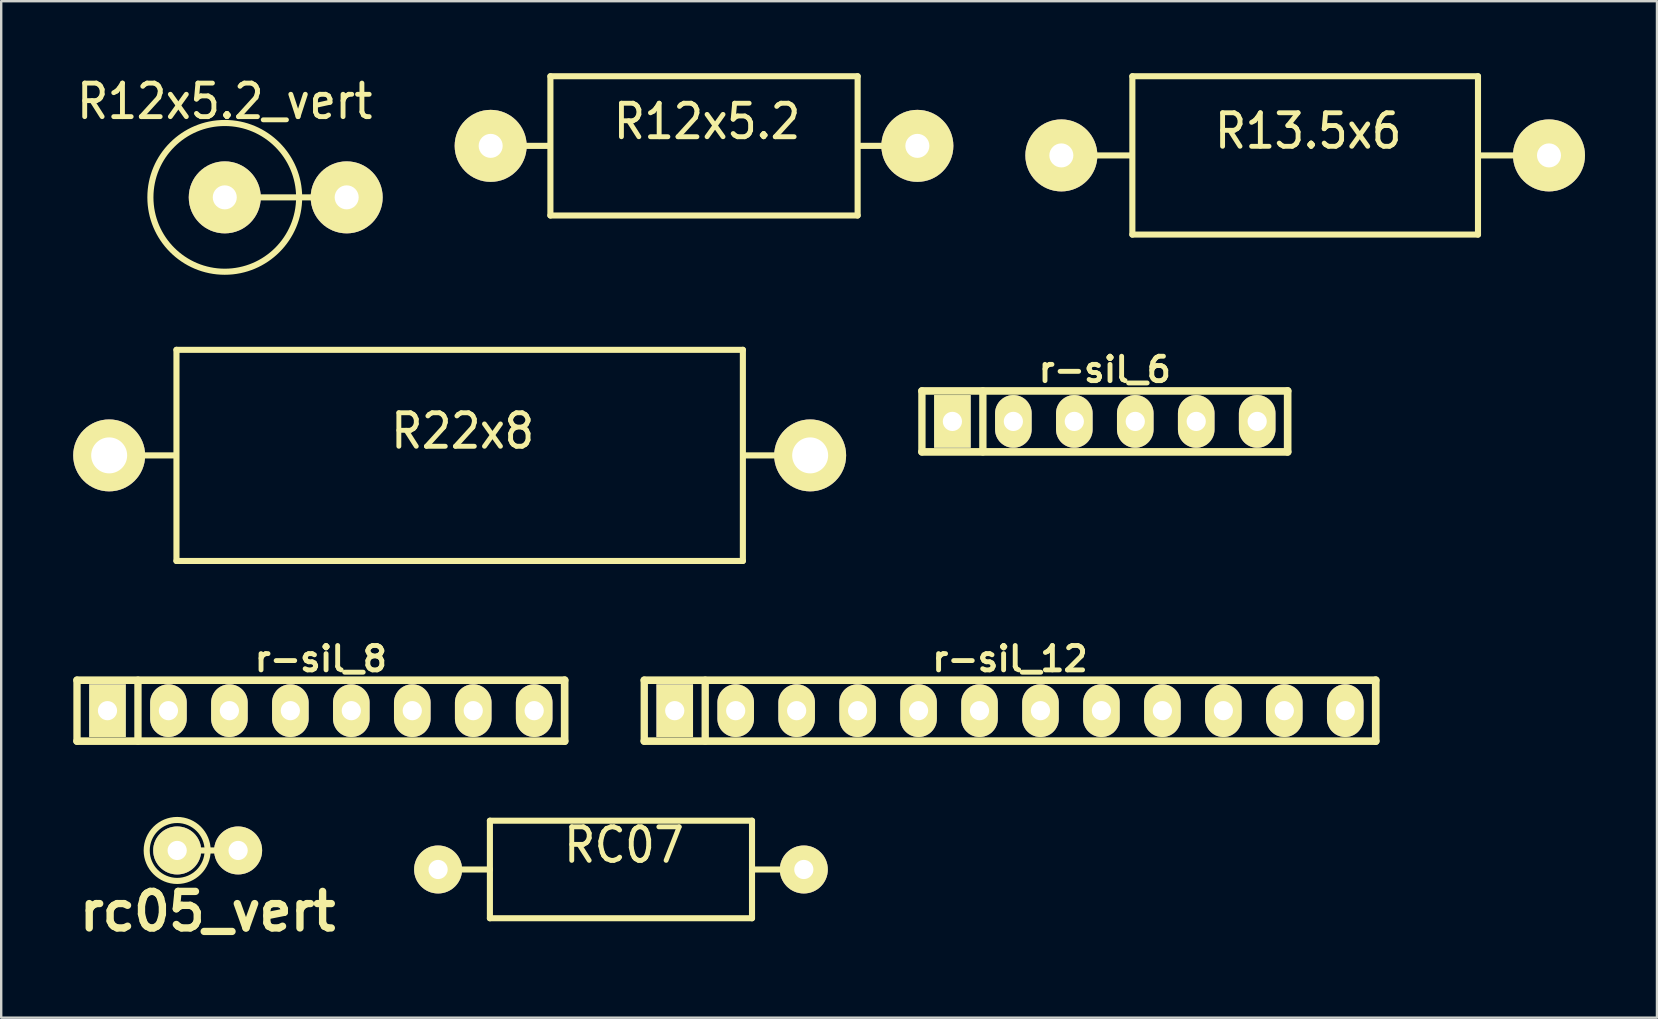
<source format=kicad_pcb>
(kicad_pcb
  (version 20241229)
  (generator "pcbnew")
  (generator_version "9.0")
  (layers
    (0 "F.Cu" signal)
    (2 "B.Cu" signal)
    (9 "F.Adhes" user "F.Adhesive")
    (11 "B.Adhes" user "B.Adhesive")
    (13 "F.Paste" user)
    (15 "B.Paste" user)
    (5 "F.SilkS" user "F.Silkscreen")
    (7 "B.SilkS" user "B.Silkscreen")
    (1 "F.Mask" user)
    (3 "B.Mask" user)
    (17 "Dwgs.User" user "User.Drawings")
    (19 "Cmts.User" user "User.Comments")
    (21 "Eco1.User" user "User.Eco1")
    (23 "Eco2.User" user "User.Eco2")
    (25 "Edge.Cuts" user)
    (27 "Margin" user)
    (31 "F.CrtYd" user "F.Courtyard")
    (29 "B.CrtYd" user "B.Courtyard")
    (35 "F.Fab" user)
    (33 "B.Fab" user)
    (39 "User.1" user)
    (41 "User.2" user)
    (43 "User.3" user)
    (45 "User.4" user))
  (footprint "R12x5.2_vert"
    (layer "F.Cu")
    (at 6.316 5.174)
    (property "Reference" "R12x5.2_vert" (at 0 -4 0) (layer "F.SilkS") (effects (font (size 1.397 1.27) (thickness 0.203))))
    (attr through_hole)
    (fp_line (start 0 0) (end 5.1 0) (stroke (width 0.254) (type solid)) (layer "F.SilkS"))
    (fp_circle (center 0 0) (end -3.099 0) (stroke (width 0.254) (type solid)) (fill no) (layer "F.SilkS"))
    (pad "1" thru_hole circle (at 0 0) (size 3 3) (drill 1.001) (layers "*.Cu" "*.Mask" "F.SilkS"))
    (pad "2" thru_hole circle (at 5.08 0) (size 3 3) (drill 1.001) (layers "*.Cu" "*.Mask" "F.SilkS")))
  (footprint "R12x5.2"
    (layer "F.Cu")
    (at 26.286 3.028)
    (property "Reference" "R12x5.2" (at 0.127 -1.016 0) (layer "F.SilkS") (effects (font (size 1.397 1.27) (thickness 0.203))))
    (attr through_hole)
    (fp_line (start -6.452 0) (end -9.202 0) (stroke (width 0.254) (type solid)) (layer "F.SilkS"))
    (fp_line (start -6.401 -2.901) (end -6.401 2.901) (stroke (width 0.254) (type solid)) (layer "F.SilkS"))
    (fp_line (start -6.401 2.901) (end 6.401 2.901) (stroke (width 0.254) (type solid)) (layer "F.SilkS"))
    (fp_line (start 6.401 -2.901) (end -6.401 -2.901) (stroke (width 0.254) (type solid)) (layer "F.SilkS"))
    (fp_line (start 6.401 2.901) (end 6.401 -2.901) (stroke (width 0.254) (type solid)) (layer "F.SilkS"))
    (fp_line (start 6.452 0) (end 9.202 0) (stroke (width 0.254) (type solid)) (layer "F.SilkS"))
    (pad "1" thru_hole circle (at -8.89 0) (size 3 3) (drill 1.001) (layers "*.Cu" "*.Mask" "F.SilkS"))
    (pad "2" thru_hole circle (at 8.89 0) (size 3 3) (drill 1.001) (layers "*.Cu" "*.Mask" "F.SilkS")))
  (footprint "R13.5x6"
    (layer "F.Cu")
    (at 51.336 3.426)
    (property "Reference" "R13.5x6" (at 0.127 -1.016 0) (layer "F.SilkS") (effects (font (size 1.397 1.27) (thickness 0.203))))
    (attr through_hole)
    (fp_line (start -7.252 0) (end -10.003 0) (stroke (width 0.254) (type solid)) (layer "F.SilkS"))
    (fp_line (start -7.201 -3.299) (end 7.201 -3.299) (stroke (width 0.254) (type solid)) (layer "F.SilkS"))
    (fp_line (start -7.201 3.299) (end -7.201 -3.299) (stroke (width 0.254) (type solid)) (layer "F.SilkS"))
    (fp_line (start 7.201 -3.299) (end 7.201 3.299) (stroke (width 0.254) (type solid)) (layer "F.SilkS"))
    (fp_line (start 7.201 3.299) (end -7.201 3.299) (stroke (width 0.254) (type solid)) (layer "F.SilkS"))
    (fp_line (start 7.252 0) (end 10.003 0) (stroke (width 0.254) (type solid)) (layer "F.SilkS"))
    (pad "1" thru_hole circle (at -10.16 0) (size 3 3) (drill 1.001) (layers "*.Cu" "*.Mask" "F.SilkS"))
    (pad "2" thru_hole circle (at 10.16 0) (size 3 3) (drill 1.001) (layers "*.Cu" "*.Mask" "F.SilkS")))
  (footprint "RC07"
    (layer "F.Cu")
    (at 22.825 33.181)
    (property "Reference" "RC07" (at 0.127 -1.016 0) (layer "F.SilkS") (effects (font (size 1.397 1.27) (thickness 0.203))))
    (attr through_hole)
    (fp_line (start -7.62 0) (end -5.461 0) (stroke (width 0.254) (type solid)) (layer "F.SilkS"))
    (fp_line (start -5.461 -2.032) (end 5.461 -2.032) (stroke (width 0.254) (type solid)) (layer "F.SilkS"))
    (fp_line (start -5.461 0) (end -5.461 -2.032) (stroke (width 0.254) (type solid)) (layer "F.SilkS"))
    (fp_line (start -5.461 2.032) (end -5.461 0) (stroke (width 0.254) (type solid)) (layer "F.SilkS"))
    (fp_line (start 5.461 -2.032) (end 5.461 2.032) (stroke (width 0.254) (type solid)) (layer "F.SilkS"))
    (fp_line (start 5.461 0) (end 7.62 0) (stroke (width 0.254) (type solid)) (layer "F.SilkS"))
    (fp_line (start 5.461 2.032) (end -5.461 2.032) (stroke (width 0.254) (type solid)) (layer "F.SilkS"))
    (pad "1" thru_hole circle (at -7.62 0) (size 1.999 1.999) (drill 0.8) (layers "*.Cu" "*.Mask" "F.SilkS"))
    (pad "2" thru_hole circle (at 7.62 0) (size 1.999 1.999) (drill 0.8) (layers "*.Cu" "*.Mask" "F.SilkS")))
  (footprint "rc05_vert"
    (layer "F.Cu")
    (at 5.603 32.388)
    (property "Reference" "rc05_vert" (at 0 2.54 0) (layer "F.SilkS") (effects (font (size 1.524 1.524) (thickness 0.305))))
    (attr through_hole)
    (fp_line (start -1.27 0) (end 1.27 0) (stroke (width 0.254) (type solid)) (layer "F.SilkS"))
    (fp_circle (center -1.27 0) (end 0 0) (stroke (width 0.254) (type solid)) (fill no) (layer "F.SilkS"))
    (pad "1" thru_hole circle (at -1.27 0) (size 1.999 1.999) (drill 0.8) (layers "*.Cu" "*.Mask" "F.SilkS"))
    (pad "2" thru_hole circle (at 1.27 0) (size 1.999 1.999) (drill 0.8) (layers "*.Cu" "*.Mask" "F.SilkS")))
  (footprint "R22x8"
    (layer "F.Cu")
    (at 16.104 15.926)
    (property "Reference" "R22x8" (at 0.127 -1.016 0) (layer "F.SilkS") (effects (font (size 1.397 1.27) (thickness 0.203))))
    (attr through_hole)
    (fp_line (start -11.852 0) (end -14.602 0) (stroke (width 0.254) (type solid)) (layer "F.SilkS"))
    (fp_line (start -11.801 -4.399) (end 11.801 -4.399) (stroke (width 0.254) (type solid)) (layer "F.SilkS"))
    (fp_line (start -11.801 4.399) (end -11.801 -4.399) (stroke (width 0.254) (type solid)) (layer "F.SilkS"))
    (fp_line (start 11.801 -4.399) (end 11.801 4.399) (stroke (width 0.254) (type solid)) (layer "F.SilkS"))
    (fp_line (start 11.801 4.399) (end -11.801 4.399) (stroke (width 0.254) (type solid)) (layer "F.SilkS"))
    (fp_line (start 11.852 0) (end 14.602 0) (stroke (width 0.254) (type solid)) (layer "F.SilkS"))
    (pad "1" thru_hole circle (at -14.605 0) (size 2.997 2.997) (drill 1.499) (layers "*.Cu" "*.Mask" "F.SilkS"))
    (pad "2" thru_hole circle (at 14.605 0) (size 2.997 2.997) (drill 1.499) (layers "*.Cu" "*.Mask" "F.SilkS")))
  (footprint "r-sil_12"
    (layer "F.Cu")
    (at 39.036 26.563)
    (property "Reference" "r-sil_12" (at 0 -2.159 0) (layer "F.SilkS") (effects (font (size 1.016 1.016) (thickness 0.203))))
    (attr through_hole)
    (fp_line (start -15.24 -1.27) (end 15.24 -1.27) (stroke (width 0.318) (type solid)) (layer "F.SilkS"))
    (fp_line (start -15.24 1.27) (end -15.24 -1.27) (stroke (width 0.305) (type solid)) (layer "F.SilkS"))
    (fp_line (start -12.7 -1.27) (end -12.7 1.27) (stroke (width 0.305) (type solid)) (layer "F.SilkS"))
    (fp_line (start 15.24 -1.27) (end 15.24 1.27) (stroke (width 0.318) (type solid)) (layer "F.SilkS"))
    (fp_line (start 15.24 1.27) (end -15.24 1.27) (stroke (width 0.318) (type solid)) (layer "F.SilkS"))
    (pad "1" thru_hole rect (at -13.97 0) (size 1.524 2.197) (drill 0.8) (layers "*.Cu" "*.Mask" "F.SilkS"))
    (pad "2" thru_hole oval (at -11.43 0) (size 1.524 2.197) (drill 0.8) (layers "*.Cu" "*.Mask" "F.SilkS"))
    (pad "3" thru_hole oval (at -8.89 0) (size 1.524 2.197) (drill 0.8) (layers "*.Cu" "*.Mask" "F.SilkS"))
    (pad "4" thru_hole oval (at -6.35 0) (size 1.524 2.197) (drill 0.8) (layers "*.Cu" "*.Mask" "F.SilkS"))
    (pad "5" thru_hole oval (at -3.81 0) (size 1.524 2.197) (drill 0.8) (layers "*.Cu" "*.Mask" "F.SilkS"))
    (pad "6" thru_hole oval (at -1.27 0) (size 1.524 2.197) (drill 0.8) (layers "*.Cu" "*.Mask" "F.SilkS"))
    (pad "7" thru_hole oval (at 1.27 0) (size 1.524 2.197) (drill 0.8) (layers "*.Cu" "*.Mask" "F.SilkS"))
    (pad "8" thru_hole oval (at 3.81 0) (size 1.524 2.197) (drill 0.8) (layers "*.Cu" "*.Mask" "F.SilkS"))
    (pad "9" thru_hole oval (at 6.35 0) (size 1.524 2.197) (drill 0.8) (layers "*.Cu" "*.Mask" "F.SilkS"))
    (pad "10" thru_hole oval (at 8.89 0) (size 1.524 2.197) (drill 0.8) (layers "*.Cu" "*.Mask" "F.SilkS"))
    (pad "11" thru_hole oval (at 11.43 0) (size 1.524 2.197) (drill 0.8) (layers "*.Cu" "*.Mask" "F.SilkS"))
    (pad "12" thru_hole oval (at 13.97 0) (size 1.524 2.197) (drill 0.8) (layers "*.Cu" "*.Mask" "F.SilkS")))
  (footprint "r-sil_8"
    (layer "F.Cu")
    (at 10.319 26.563)
    (property "Reference" "r-sil_8" (at 0 -2.159 0) (layer "F.SilkS") (effects (font (size 1.016 1.016) (thickness 0.203))))
    (attr through_hole)
    (fp_line (start -10.16 -1.27) (end 10.16 -1.27) (stroke (width 0.318) (type solid)) (layer "F.SilkS"))
    (fp_line (start -10.16 1.27) (end -10.16 -1.27) (stroke (width 0.305) (type solid)) (layer "F.SilkS"))
    (fp_line (start -7.62 -1.27) (end -7.62 1.27) (stroke (width 0.305) (type solid)) (layer "F.SilkS"))
    (fp_line (start 10.16 -1.27) (end 10.16 1.27) (stroke (width 0.318) (type solid)) (layer "F.SilkS"))
    (fp_line (start 10.16 1.27) (end -10.16 1.27) (stroke (width 0.318) (type solid)) (layer "F.SilkS"))
    (pad "1" thru_hole rect (at -8.89 0) (size 1.524 2.197) (drill 0.8) (layers "*.Cu" "*.Mask" "F.SilkS"))
    (pad "2" thru_hole oval (at -6.35 0) (size 1.524 2.197) (drill 0.8) (layers "*.Cu" "*.Mask" "F.SilkS"))
    (pad "3" thru_hole oval (at -3.81 0) (size 1.524 2.197) (drill 0.8) (layers "*.Cu" "*.Mask" "F.SilkS"))
    (pad "4" thru_hole oval (at -1.27 0) (size 1.524 2.197) (drill 0.8) (layers "*.Cu" "*.Mask" "F.SilkS"))
    (pad "5" thru_hole oval (at 1.27 0) (size 1.524 2.197) (drill 0.8) (layers "*.Cu" "*.Mask" "F.SilkS"))
    (pad "6" thru_hole oval (at 3.81 0) (size 1.524 2.197) (drill 0.8) (layers "*.Cu" "*.Mask" "F.SilkS"))
    (pad "7" thru_hole oval (at 6.35 0) (size 1.524 2.197) (drill 0.8) (layers "*.Cu" "*.Mask" "F.SilkS"))
    (pad "8" thru_hole oval (at 8.89 0) (size 1.524 2.197) (drill 0.8) (layers "*.Cu" "*.Mask" "F.SilkS")))
  (footprint "r-sil_6"
    (layer "F.Cu")
    (at 42.986 14.51)
    (property "Reference" "r-sil_6" (at 0 -2.159 0) (layer "F.SilkS") (effects (font (size 1.016 1.016) (thickness 0.203))))
    (attr through_hole)
    (fp_line (start -7.62 -1.27) (end 7.62 -1.27) (stroke (width 0.318) (type solid)) (layer "F.SilkS"))
    (fp_line (start -7.62 1.27) (end -7.62 -1.27) (stroke (width 0.305) (type solid)) (layer "F.SilkS"))
    (fp_line (start -5.08 -1.27) (end -5.08 1.27) (stroke (width 0.305) (type solid)) (layer "F.SilkS"))
    (fp_line (start 7.62 -1.27) (end 7.62 1.27) (stroke (width 0.318) (type solid)) (layer "F.SilkS"))
    (fp_line (start 7.62 1.27) (end -7.62 1.27) (stroke (width 0.318) (type solid)) (layer "F.SilkS"))
    (pad "1" thru_hole rect (at -6.35 0) (size 1.524 2.197) (drill 0.8) (layers "*.Cu" "*.Mask" "F.SilkS"))
    (pad "2" thru_hole oval (at -3.81 0) (size 1.524 2.197) (drill 0.8) (layers "*.Cu" "*.Mask" "F.SilkS"))
    (pad "3" thru_hole oval (at -1.27 0) (size 1.524 2.197) (drill 0.8) (layers "*.Cu" "*.Mask" "F.SilkS"))
    (pad "4" thru_hole oval (at 1.27 0) (size 1.524 2.197) (drill 0.8) (layers "*.Cu" "*.Mask" "F.SilkS"))
    (pad "5" thru_hole oval (at 3.81 0) (size 1.524 2.197) (drill 0.8) (layers "*.Cu" "*.Mask" "F.SilkS"))
    (pad "6" thru_hole oval (at 6.35 0) (size 1.524 2.197) (drill 0.8) (layers "*.Cu" "*.Mask" "F.SilkS")))
  (gr_rect
    (start -3 -3)
    (end 65.995 39.355)
    (stroke (width 0.1) (type default))
    (fill no)
    (layer "Edge.Cuts")))
</source>
